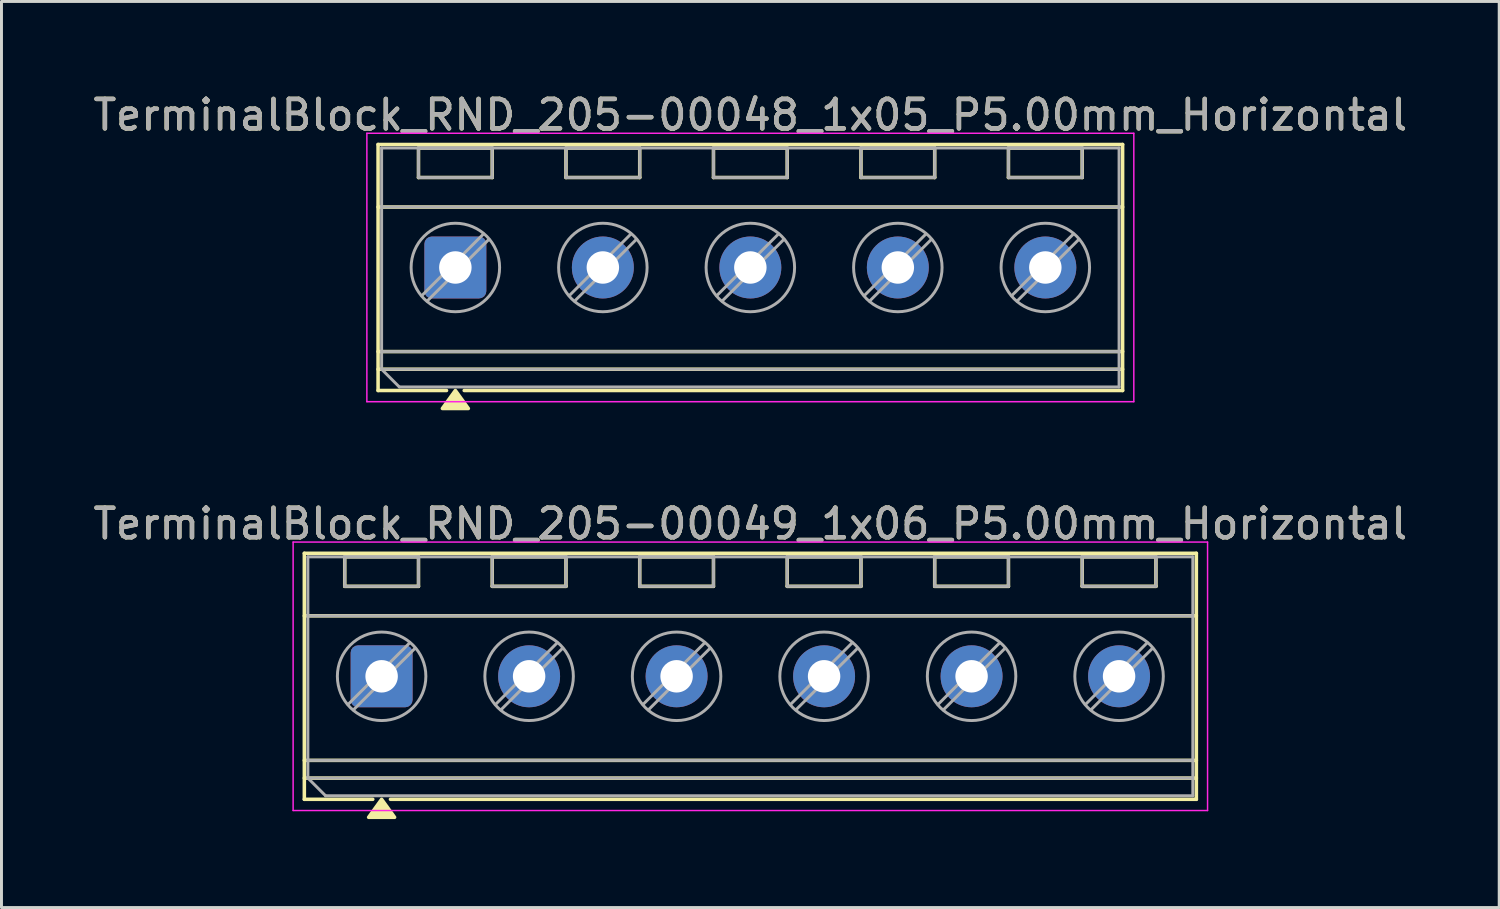
<source format=kicad_pcb>
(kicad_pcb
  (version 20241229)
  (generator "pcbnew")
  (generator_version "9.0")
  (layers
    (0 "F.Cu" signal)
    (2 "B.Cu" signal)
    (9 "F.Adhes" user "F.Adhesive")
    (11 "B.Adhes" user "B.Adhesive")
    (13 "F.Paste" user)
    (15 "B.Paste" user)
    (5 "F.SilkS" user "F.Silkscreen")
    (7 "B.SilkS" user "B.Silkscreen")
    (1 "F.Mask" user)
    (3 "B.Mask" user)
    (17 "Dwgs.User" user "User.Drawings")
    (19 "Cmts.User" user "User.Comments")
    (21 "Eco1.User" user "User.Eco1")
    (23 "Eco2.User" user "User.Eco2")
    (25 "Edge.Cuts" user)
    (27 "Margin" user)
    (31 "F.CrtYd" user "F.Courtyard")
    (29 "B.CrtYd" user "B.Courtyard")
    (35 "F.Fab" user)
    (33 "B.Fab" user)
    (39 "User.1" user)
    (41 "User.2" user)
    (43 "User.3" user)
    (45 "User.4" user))
  (footprint "TerminalBlock_RND_205-00048_1x05_P5.00mm_Horizontal"
    (layer "F.Cu")
    (at 12.387 6.018)
    (property "Reference" "TerminalBlock_RND_205-00048_1x05_P5.00mm_Horizontal" (at 10 -5.17 0) (layer "F.SilkS") (effects (font (size 1 1) (thickness 0.15))))
    (attr through_hole)
    (fp_line (start -2.62 -4.17) (end -2.62 4.17) (stroke (width 0.12) (type solid)) (layer "F.SilkS"))
    (fp_line (start -2.62 -4.17) (end 22.62 -4.17) (stroke (width 0.12) (type solid)) (layer "F.SilkS"))
    (fp_line (start -2.62 -2.05) (end 22.62 -2.05) (stroke (width 0.12) (type solid)) (layer "F.SilkS"))
    (fp_line (start -2.62 2.85) (end 22.62 2.85) (stroke (width 0.12) (type solid)) (layer "F.SilkS"))
    (fp_line (start -2.62 3.45) (end 22.62 3.45) (stroke (width 0.12) (type solid)) (layer "F.SilkS"))
    (fp_line (start -2.62 4.17) (end -0.3 4.17) (stroke (width 0.12) (type solid)) (layer "F.SilkS"))
    (fp_line (start -1.25 -4.05) (end -1.25 -3.05) (stroke (width 0.12) (type solid)) (layer "F.SilkS"))
    (fp_line (start -1.25 -4.05) (end 1.25 -4.05) (stroke (width 0.12) (type solid)) (layer "F.SilkS"))
    (fp_line (start -1.25 -3.05) (end 1.25 -3.05) (stroke (width 0.12) (type solid)) (layer "F.SilkS"))
    (fp_line (start 0.3 4.17) (end 22.62 4.17) (stroke (width 0.12) (type solid)) (layer "F.SilkS"))
    (fp_line (start 1.25 -4.05) (end 1.25 -3.05) (stroke (width 0.12) (type solid)) (layer "F.SilkS"))
    (fp_line (start 3.75 -4.05) (end 3.75 -3.05) (stroke (width 0.12) (type solid)) (layer "F.SilkS"))
    (fp_line (start 3.75 -4.05) (end 6.25 -4.05) (stroke (width 0.12) (type solid)) (layer "F.SilkS"))
    (fp_line (start 3.75 -3.05) (end 6.25 -3.05) (stroke (width 0.12) (type solid)) (layer "F.SilkS"))
    (fp_line (start 6.25 -4.05) (end 6.25 -3.05) (stroke (width 0.12) (type solid)) (layer "F.SilkS"))
    (fp_line (start 8.75 -4.05) (end 8.75 -3.05) (stroke (width 0.12) (type solid)) (layer "F.SilkS"))
    (fp_line (start 8.75 -4.05) (end 11.25 -4.05) (stroke (width 0.12) (type solid)) (layer "F.SilkS"))
    (fp_line (start 8.75 -3.05) (end 11.25 -3.05) (stroke (width 0.12) (type solid)) (layer "F.SilkS"))
    (fp_line (start 11.25 -4.05) (end 11.25 -3.05) (stroke (width 0.12) (type solid)) (layer "F.SilkS"))
    (fp_line (start 13.75 -4.05) (end 13.75 -3.05) (stroke (width 0.12) (type solid)) (layer "F.SilkS"))
    (fp_line (start 13.75 -4.05) (end 16.25 -4.05) (stroke (width 0.12) (type solid)) (layer "F.SilkS"))
    (fp_line (start 13.75 -3.05) (end 16.25 -3.05) (stroke (width 0.12) (type solid)) (layer "F.SilkS"))
    (fp_line (start 16.25 -4.05) (end 16.25 -3.05) (stroke (width 0.12) (type solid)) (layer "F.SilkS"))
    (fp_line (start 18.75 -4.05) (end 18.75 -3.05) (stroke (width 0.12) (type solid)) (layer "F.SilkS"))
    (fp_line (start 18.75 -4.05) (end 21.25 -4.05) (stroke (width 0.12) (type solid)) (layer "F.SilkS"))
    (fp_line (start 18.75 -3.05) (end 21.25 -3.05) (stroke (width 0.12) (type solid)) (layer "F.SilkS"))
    (fp_line (start 21.25 -4.05) (end 21.25 -3.05) (stroke (width 0.12) (type solid)) (layer "F.SilkS"))
    (fp_line (start 22.62 -4.17) (end 22.62 4.17) (stroke (width 0.12) (type solid)) (layer "F.SilkS"))
    (fp_poly (pts (xy 0 4.17) (xy 0.44 4.78) (xy -0.44 4.78)) (stroke (width 0.12) (type solid)) (fill yes) (layer "F.SilkS"))
    (fp_line (start -3 -4.55) (end -3 4.55) (stroke (width 0.05) (type solid)) (layer "F.CrtYd"))
    (fp_line (start -3 4.55) (end 23 4.55) (stroke (width 0.05) (type solid)) (layer "F.CrtYd"))
    (fp_line (start 23 -4.55) (end -3 -4.55) (stroke (width 0.05) (type solid)) (layer "F.CrtYd"))
    (fp_line (start 23 4.55) (end 23 -4.55) (stroke (width 0.05) (type solid)) (layer "F.CrtYd"))
    (fp_line (start -2.5 -4.05) (end 22.5 -4.05) (stroke (width 0.1) (type solid)) (layer "F.Fab"))
    (fp_line (start -2.5 -2.05) (end 22.5 -2.05) (stroke (width 0.1) (type solid)) (layer "F.Fab"))
    (fp_line (start -2.5 2.85) (end 22.5 2.85) (stroke (width 0.1) (type solid)) (layer "F.Fab"))
    (fp_line (start -2.5 3.45) (end -2.5 -4.05) (stroke (width 0.1) (type solid)) (layer "F.Fab"))
    (fp_line (start -2.5 3.45) (end 22.5 3.45) (stroke (width 0.1) (type solid)) (layer "F.Fab"))
    (fp_line (start -1.9 4.05) (end -2.5 3.45) (stroke (width 0.1) (type solid)) (layer "F.Fab"))
    (fp_line (start -1.25 -4.05) (end -1.25 -3.05) (stroke (width 0.1) (type solid)) (layer "F.Fab"))
    (fp_line (start -1.25 -3.05) (end 1.25 -3.05) (stroke (width 0.1) (type solid)) (layer "F.Fab"))
    (fp_line (start 0.955 -1.138) (end -1.138 0.954) (stroke (width 0.1) (type solid)) (layer "F.Fab"))
    (fp_line (start 1.138 -0.954) (end -0.955 1.137) (stroke (width 0.1) (type solid)) (layer "F.Fab"))
    (fp_line (start 1.25 -4.05) (end -1.25 -4.05) (stroke (width 0.1) (type solid)) (layer "F.Fab"))
    (fp_line (start 1.25 -3.05) (end 1.25 -4.05) (stroke (width 0.1) (type solid)) (layer "F.Fab"))
    (fp_line (start 3.75 -4.05) (end 3.75 -3.05) (stroke (width 0.1) (type solid)) (layer "F.Fab"))
    (fp_line (start 3.75 -3.05) (end 6.25 -3.05) (stroke (width 0.1) (type solid)) (layer "F.Fab"))
    (fp_line (start 5.955 -1.138) (end 3.862 0.954) (stroke (width 0.1) (type solid)) (layer "F.Fab"))
    (fp_line (start 6.138 -0.954) (end 4.045 1.137) (stroke (width 0.1) (type solid)) (layer "F.Fab"))
    (fp_line (start 6.25 -4.05) (end 3.75 -4.05) (stroke (width 0.1) (type solid)) (layer "F.Fab"))
    (fp_line (start 6.25 -3.05) (end 6.25 -4.05) (stroke (width 0.1) (type solid)) (layer "F.Fab"))
    (fp_line (start 8.75 -4.05) (end 8.75 -3.05) (stroke (width 0.1) (type solid)) (layer "F.Fab"))
    (fp_line (start 8.75 -3.05) (end 11.25 -3.05) (stroke (width 0.1) (type solid)) (layer "F.Fab"))
    (fp_line (start 10.955 -1.138) (end 8.862 0.954) (stroke (width 0.1) (type solid)) (layer "F.Fab"))
    (fp_line (start 11.138 -0.954) (end 9.045 1.137) (stroke (width 0.1) (type solid)) (layer "F.Fab"))
    (fp_line (start 11.25 -4.05) (end 8.75 -4.05) (stroke (width 0.1) (type solid)) (layer "F.Fab"))
    (fp_line (start 11.25 -3.05) (end 11.25 -4.05) (stroke (width 0.1) (type solid)) (layer "F.Fab"))
    (fp_line (start 13.75 -4.05) (end 13.75 -3.05) (stroke (width 0.1) (type solid)) (layer "F.Fab"))
    (fp_line (start 13.75 -3.05) (end 16.25 -3.05) (stroke (width 0.1) (type solid)) (layer "F.Fab"))
    (fp_line (start 15.955 -1.138) (end 13.862 0.954) (stroke (width 0.1) (type solid)) (layer "F.Fab"))
    (fp_line (start 16.138 -0.954) (end 14.045 1.137) (stroke (width 0.1) (type solid)) (layer "F.Fab"))
    (fp_line (start 16.25 -4.05) (end 13.75 -4.05) (stroke (width 0.1) (type solid)) (layer "F.Fab"))
    (fp_line (start 16.25 -3.05) (end 16.25 -4.05) (stroke (width 0.1) (type solid)) (layer "F.Fab"))
    (fp_line (start 18.75 -4.05) (end 18.75 -3.05) (stroke (width 0.1) (type solid)) (layer "F.Fab"))
    (fp_line (start 18.75 -3.05) (end 21.25 -3.05) (stroke (width 0.1) (type solid)) (layer "F.Fab"))
    (fp_line (start 20.955 -1.138) (end 18.862 0.954) (stroke (width 0.1) (type solid)) (layer "F.Fab"))
    (fp_line (start 21.138 -0.954) (end 19.045 1.137) (stroke (width 0.1) (type solid)) (layer "F.Fab"))
    (fp_line (start 21.25 -4.05) (end 18.75 -4.05) (stroke (width 0.1) (type solid)) (layer "F.Fab"))
    (fp_line (start 21.25 -3.05) (end 21.25 -4.05) (stroke (width 0.1) (type solid)) (layer "F.Fab"))
    (fp_line (start 22.5 -4.05) (end 22.5 4.05) (stroke (width 0.1) (type solid)) (layer "F.Fab"))
    (fp_line (start 22.5 4.05) (end -1.9 4.05) (stroke (width 0.1) (type solid)) (layer "F.Fab"))
    (fp_circle (center 0 0) (end 1.5 0) (stroke (width 0.1) (type solid)) (fill no) (layer "F.Fab"))
    (fp_circle (center 5 0) (end 6.5 0) (stroke (width 0.1) (type solid)) (fill no) (layer "F.Fab"))
    (fp_circle (center 10 0) (end 11.5 0) (stroke (width 0.1) (type solid)) (fill no) (layer "F.Fab"))
    (fp_circle (center 15 0) (end 16.5 0) (stroke (width 0.1) (type solid)) (fill no) (layer "F.Fab"))
    (fp_circle (center 20 0) (end 21.5 0) (stroke (width 0.1) (type solid)) (fill no) (layer "F.Fab"))
    (fp_text user "${REFERENCE}" (at 10 -5.17 0) (layer "F.Fab") (effects (font (size 1 1) (thickness 0.15))))
    (pad "1" thru_hole roundrect (at 0 0) (size 2.1 2.1) (drill 1.1) (layers "*.Cu" "*.Mask") (roundrect_rratio 0.119))
    (pad "2" thru_hole circle (at 5 0) (size 2.1 2.1) (drill 1.1) (layers "*.Cu" "*.Mask"))
    (pad "3" thru_hole circle (at 10 0) (size 2.1 2.1) (drill 1.1) (layers "*.Cu" "*.Mask"))
    (pad "4" thru_hole circle (at 15 0) (size 2.1 2.1) (drill 1.1) (layers "*.Cu" "*.Mask"))
    (pad "5" thru_hole circle (at 20 0) (size 2.1 2.1) (drill 1.1) (layers "*.Cu" "*.Mask")))
  (footprint "TerminalBlock_RND_205-00049_1x06_P5.00mm_Horizontal"
    (layer "F.Cu")
    (at 9.887 19.877)
    (property "Reference" "TerminalBlock_RND_205-00049_1x06_P5.00mm_Horizontal" (at 12.5 -5.17 0) (layer "F.SilkS") (effects (font (size 1 1) (thickness 0.15))))
    (attr through_hole)
    (fp_line (start -2.62 -4.17) (end -2.62 4.17) (stroke (width 0.12) (type solid)) (layer "F.SilkS"))
    (fp_line (start -2.62 -4.17) (end 27.62 -4.17) (stroke (width 0.12) (type solid)) (layer "F.SilkS"))
    (fp_line (start -2.62 -2.05) (end 27.62 -2.05) (stroke (width 0.12) (type solid)) (layer "F.SilkS"))
    (fp_line (start -2.62 2.85) (end 27.62 2.85) (stroke (width 0.12) (type solid)) (layer "F.SilkS"))
    (fp_line (start -2.62 3.45) (end 27.62 3.45) (stroke (width 0.12) (type solid)) (layer "F.SilkS"))
    (fp_line (start -2.62 4.17) (end -0.3 4.17) (stroke (width 0.12) (type solid)) (layer "F.SilkS"))
    (fp_line (start -1.25 -4.05) (end -1.25 -3.05) (stroke (width 0.12) (type solid)) (layer "F.SilkS"))
    (fp_line (start -1.25 -4.05) (end 1.25 -4.05) (stroke (width 0.12) (type solid)) (layer "F.SilkS"))
    (fp_line (start -1.25 -3.05) (end 1.25 -3.05) (stroke (width 0.12) (type solid)) (layer "F.SilkS"))
    (fp_line (start 0.3 4.17) (end 27.62 4.17) (stroke (width 0.12) (type solid)) (layer "F.SilkS"))
    (fp_line (start 1.25 -4.05) (end 1.25 -3.05) (stroke (width 0.12) (type solid)) (layer "F.SilkS"))
    (fp_line (start 3.75 -4.05) (end 3.75 -3.05) (stroke (width 0.12) (type solid)) (layer "F.SilkS"))
    (fp_line (start 3.75 -4.05) (end 6.25 -4.05) (stroke (width 0.12) (type solid)) (layer "F.SilkS"))
    (fp_line (start 3.75 -3.05) (end 6.25 -3.05) (stroke (width 0.12) (type solid)) (layer "F.SilkS"))
    (fp_line (start 6.25 -4.05) (end 6.25 -3.05) (stroke (width 0.12) (type solid)) (layer "F.SilkS"))
    (fp_line (start 8.75 -4.05) (end 8.75 -3.05) (stroke (width 0.12) (type solid)) (layer "F.SilkS"))
    (fp_line (start 8.75 -4.05) (end 11.25 -4.05) (stroke (width 0.12) (type solid)) (layer "F.SilkS"))
    (fp_line (start 8.75 -3.05) (end 11.25 -3.05) (stroke (width 0.12) (type solid)) (layer "F.SilkS"))
    (fp_line (start 11.25 -4.05) (end 11.25 -3.05) (stroke (width 0.12) (type solid)) (layer "F.SilkS"))
    (fp_line (start 13.75 -4.05) (end 13.75 -3.05) (stroke (width 0.12) (type solid)) (layer "F.SilkS"))
    (fp_line (start 13.75 -4.05) (end 16.25 -4.05) (stroke (width 0.12) (type solid)) (layer "F.SilkS"))
    (fp_line (start 13.75 -3.05) (end 16.25 -3.05) (stroke (width 0.12) (type solid)) (layer "F.SilkS"))
    (fp_line (start 16.25 -4.05) (end 16.25 -3.05) (stroke (width 0.12) (type solid)) (layer "F.SilkS"))
    (fp_line (start 18.75 -4.05) (end 18.75 -3.05) (stroke (width 0.12) (type solid)) (layer "F.SilkS"))
    (fp_line (start 18.75 -4.05) (end 21.25 -4.05) (stroke (width 0.12) (type solid)) (layer "F.SilkS"))
    (fp_line (start 18.75 -3.05) (end 21.25 -3.05) (stroke (width 0.12) (type solid)) (layer "F.SilkS"))
    (fp_line (start 21.25 -4.05) (end 21.25 -3.05) (stroke (width 0.12) (type solid)) (layer "F.SilkS"))
    (fp_line (start 23.75 -4.05) (end 23.75 -3.05) (stroke (width 0.12) (type solid)) (layer "F.SilkS"))
    (fp_line (start 23.75 -4.05) (end 26.25 -4.05) (stroke (width 0.12) (type solid)) (layer "F.SilkS"))
    (fp_line (start 23.75 -3.05) (end 26.25 -3.05) (stroke (width 0.12) (type solid)) (layer "F.SilkS"))
    (fp_line (start 26.25 -4.05) (end 26.25 -3.05) (stroke (width 0.12) (type solid)) (layer "F.SilkS"))
    (fp_line (start 27.62 -4.17) (end 27.62 4.17) (stroke (width 0.12) (type solid)) (layer "F.SilkS"))
    (fp_poly (pts (xy 0 4.17) (xy 0.44 4.78) (xy -0.44 4.78)) (stroke (width 0.12) (type solid)) (fill yes) (layer "F.SilkS"))
    (fp_line (start -3 -4.55) (end -3 4.55) (stroke (width 0.05) (type solid)) (layer "F.CrtYd"))
    (fp_line (start -3 4.55) (end 28 4.55) (stroke (width 0.05) (type solid)) (layer "F.CrtYd"))
    (fp_line (start 28 -4.55) (end -3 -4.55) (stroke (width 0.05) (type solid)) (layer "F.CrtYd"))
    (fp_line (start 28 4.55) (end 28 -4.55) (stroke (width 0.05) (type solid)) (layer "F.CrtYd"))
    (fp_line (start -2.5 -4.05) (end 27.5 -4.05) (stroke (width 0.1) (type solid)) (layer "F.Fab"))
    (fp_line (start -2.5 -2.05) (end 27.5 -2.05) (stroke (width 0.1) (type solid)) (layer "F.Fab"))
    (fp_line (start -2.5 2.85) (end 27.5 2.85) (stroke (width 0.1) (type solid)) (layer "F.Fab"))
    (fp_line (start -2.5 3.45) (end -2.5 -4.05) (stroke (width 0.1) (type solid)) (layer "F.Fab"))
    (fp_line (start -2.5 3.45) (end 27.5 3.45) (stroke (width 0.1) (type solid)) (layer "F.Fab"))
    (fp_line (start -1.9 4.05) (end -2.5 3.45) (stroke (width 0.1) (type solid)) (layer "F.Fab"))
    (fp_line (start -1.25 -4.05) (end -1.25 -3.05) (stroke (width 0.1) (type solid)) (layer "F.Fab"))
    (fp_line (start -1.25 -3.05) (end 1.25 -3.05) (stroke (width 0.1) (type solid)) (layer "F.Fab"))
    (fp_line (start 0.955 -1.138) (end -1.138 0.954) (stroke (width 0.1) (type solid)) (layer "F.Fab"))
    (fp_line (start 1.138 -0.954) (end -0.955 1.137) (stroke (width 0.1) (type solid)) (layer "F.Fab"))
    (fp_line (start 1.25 -4.05) (end -1.25 -4.05) (stroke (width 0.1) (type solid)) (layer "F.Fab"))
    (fp_line (start 1.25 -3.05) (end 1.25 -4.05) (stroke (width 0.1) (type solid)) (layer "F.Fab"))
    (fp_line (start 3.75 -4.05) (end 3.75 -3.05) (stroke (width 0.1) (type solid)) (layer "F.Fab"))
    (fp_line (start 3.75 -3.05) (end 6.25 -3.05) (stroke (width 0.1) (type solid)) (layer "F.Fab"))
    (fp_line (start 5.955 -1.138) (end 3.862 0.954) (stroke (width 0.1) (type solid)) (layer "F.Fab"))
    (fp_line (start 6.138 -0.954) (end 4.045 1.137) (stroke (width 0.1) (type solid)) (layer "F.Fab"))
    (fp_line (start 6.25 -4.05) (end 3.75 -4.05) (stroke (width 0.1) (type solid)) (layer "F.Fab"))
    (fp_line (start 6.25 -3.05) (end 6.25 -4.05) (stroke (width 0.1) (type solid)) (layer "F.Fab"))
    (fp_line (start 8.75 -4.05) (end 8.75 -3.05) (stroke (width 0.1) (type solid)) (layer "F.Fab"))
    (fp_line (start 8.75 -3.05) (end 11.25 -3.05) (stroke (width 0.1) (type solid)) (layer "F.Fab"))
    (fp_line (start 10.955 -1.138) (end 8.862 0.954) (stroke (width 0.1) (type solid)) (layer "F.Fab"))
    (fp_line (start 11.138 -0.954) (end 9.045 1.137) (stroke (width 0.1) (type solid)) (layer "F.Fab"))
    (fp_line (start 11.25 -4.05) (end 8.75 -4.05) (stroke (width 0.1) (type solid)) (layer "F.Fab"))
    (fp_line (start 11.25 -3.05) (end 11.25 -4.05) (stroke (width 0.1) (type solid)) (layer "F.Fab"))
    (fp_line (start 13.75 -4.05) (end 13.75 -3.05) (stroke (width 0.1) (type solid)) (layer "F.Fab"))
    (fp_line (start 13.75 -3.05) (end 16.25 -3.05) (stroke (width 0.1) (type solid)) (layer "F.Fab"))
    (fp_line (start 15.955 -1.138) (end 13.862 0.954) (stroke (width 0.1) (type solid)) (layer "F.Fab"))
    (fp_line (start 16.138 -0.954) (end 14.045 1.137) (stroke (width 0.1) (type solid)) (layer "F.Fab"))
    (fp_line (start 16.25 -4.05) (end 13.75 -4.05) (stroke (width 0.1) (type solid)) (layer "F.Fab"))
    (fp_line (start 16.25 -3.05) (end 16.25 -4.05) (stroke (width 0.1) (type solid)) (layer "F.Fab"))
    (fp_line (start 18.75 -4.05) (end 18.75 -3.05) (stroke (width 0.1) (type solid)) (layer "F.Fab"))
    (fp_line (start 18.75 -3.05) (end 21.25 -3.05) (stroke (width 0.1) (type solid)) (layer "F.Fab"))
    (fp_line (start 20.955 -1.138) (end 18.862 0.954) (stroke (width 0.1) (type solid)) (layer "F.Fab"))
    (fp_line (start 21.138 -0.954) (end 19.045 1.137) (stroke (width 0.1) (type solid)) (layer "F.Fab"))
    (fp_line (start 21.25 -4.05) (end 18.75 -4.05) (stroke (width 0.1) (type solid)) (layer "F.Fab"))
    (fp_line (start 21.25 -3.05) (end 21.25 -4.05) (stroke (width 0.1) (type solid)) (layer "F.Fab"))
    (fp_line (start 23.75 -4.05) (end 23.75 -3.05) (stroke (width 0.1) (type solid)) (layer "F.Fab"))
    (fp_line (start 23.75 -3.05) (end 26.25 -3.05) (stroke (width 0.1) (type solid)) (layer "F.Fab"))
    (fp_line (start 25.955 -1.138) (end 23.862 0.954) (stroke (width 0.1) (type solid)) (layer "F.Fab"))
    (fp_line (start 26.138 -0.954) (end 24.045 1.137) (stroke (width 0.1) (type solid)) (layer "F.Fab"))
    (fp_line (start 26.25 -4.05) (end 23.75 -4.05) (stroke (width 0.1) (type solid)) (layer "F.Fab"))
    (fp_line (start 26.25 -3.05) (end 26.25 -4.05) (stroke (width 0.1) (type solid)) (layer "F.Fab"))
    (fp_line (start 27.5 -4.05) (end 27.5 4.05) (stroke (width 0.1) (type solid)) (layer "F.Fab"))
    (fp_line (start 27.5 4.05) (end -1.9 4.05) (stroke (width 0.1) (type solid)) (layer "F.Fab"))
    (fp_circle (center 0 0) (end 1.5 0) (stroke (width 0.1) (type solid)) (fill no) (layer "F.Fab"))
    (fp_circle (center 5 0) (end 6.5 0) (stroke (width 0.1) (type solid)) (fill no) (layer "F.Fab"))
    (fp_circle (center 10 0) (end 11.5 0) (stroke (width 0.1) (type solid)) (fill no) (layer "F.Fab"))
    (fp_circle (center 15 0) (end 16.5 0) (stroke (width 0.1) (type solid)) (fill no) (layer "F.Fab"))
    (fp_circle (center 20 0) (end 21.5 0) (stroke (width 0.1) (type solid)) (fill no) (layer "F.Fab"))
    (fp_circle (center 25 0) (end 26.5 0) (stroke (width 0.1) (type solid)) (fill no) (layer "F.Fab"))
    (fp_text user "${REFERENCE}" (at 12.5 -5.17 0) (layer "F.Fab") (effects (font (size 1 1) (thickness 0.15))))
    (pad "1" thru_hole roundrect (at 0 0) (size 2.1 2.1) (drill 1.1) (layers "*.Cu" "*.Mask") (roundrect_rratio 0.119))
    (pad "2" thru_hole circle (at 5 0) (size 2.1 2.1) (drill 1.1) (layers "*.Cu" "*.Mask"))
    (pad "3" thru_hole circle (at 10 0) (size 2.1 2.1) (drill 1.1) (layers "*.Cu" "*.Mask"))
    (pad "4" thru_hole circle (at 15 0) (size 2.1 2.1) (drill 1.1) (layers "*.Cu" "*.Mask"))
    (pad "5" thru_hole circle (at 20 0) (size 2.1 2.1) (drill 1.1) (layers "*.Cu" "*.Mask"))
    (pad "6" thru_hole circle (at 25 0) (size 2.1 2.1) (drill 1.1) (layers "*.Cu" "*.Mask")))
  (gr_rect
    (start -3 -3)
    (end 47.774 27.716)
    (stroke (width 0.1) (type default))
    (fill no)
    (layer "Edge.Cuts")))
</source>
